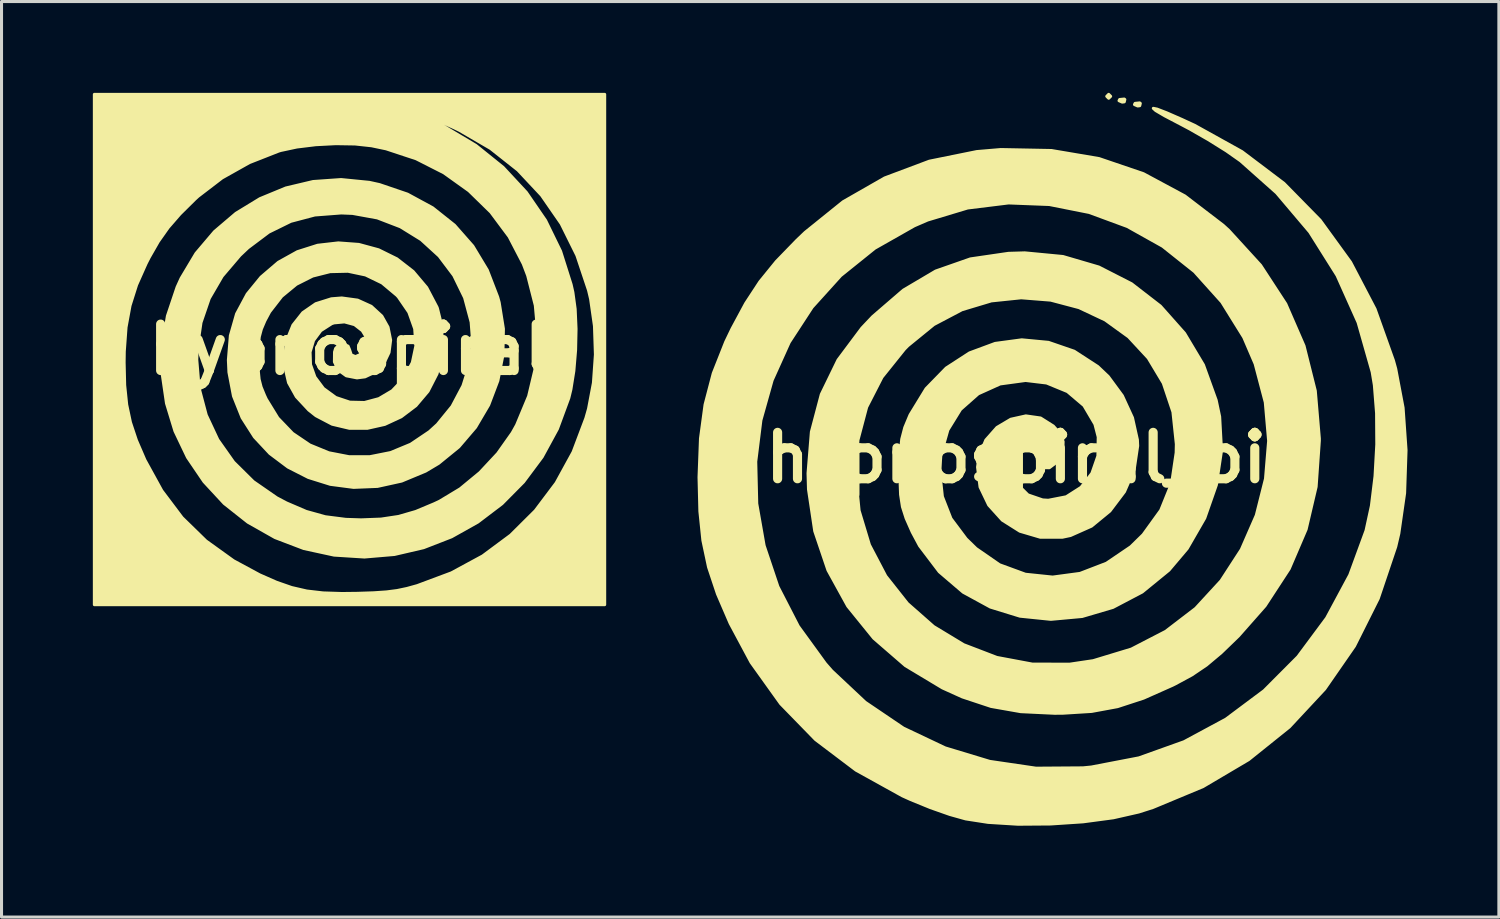
<source format=kicad_pcb>
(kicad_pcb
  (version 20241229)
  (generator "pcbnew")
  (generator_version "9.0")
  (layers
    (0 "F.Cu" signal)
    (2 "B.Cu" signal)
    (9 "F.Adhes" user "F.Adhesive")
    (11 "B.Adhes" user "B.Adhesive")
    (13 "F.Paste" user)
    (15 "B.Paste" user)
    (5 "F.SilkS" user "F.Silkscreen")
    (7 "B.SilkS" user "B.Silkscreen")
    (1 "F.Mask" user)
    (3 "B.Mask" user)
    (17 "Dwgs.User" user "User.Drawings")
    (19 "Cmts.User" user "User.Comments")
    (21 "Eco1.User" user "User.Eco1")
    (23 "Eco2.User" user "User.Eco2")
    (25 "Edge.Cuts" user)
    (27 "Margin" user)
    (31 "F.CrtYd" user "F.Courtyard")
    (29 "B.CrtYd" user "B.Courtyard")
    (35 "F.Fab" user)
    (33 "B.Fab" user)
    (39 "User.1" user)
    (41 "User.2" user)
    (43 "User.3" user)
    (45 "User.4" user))
  (footprint "hypnospiral_big"
    (layer "F.Cu")
    (at 31.022 11.988)
    (property "Reference" "hypnospiral_big" (at 0 0 0) (layer "F.SilkS") (effects (font (size 1.524 1.524) (thickness 0.3))))
    (attr through_hole)
    (fp_poly (pts (xy 2.413 -11.874) (xy 2.349 -11.811) (xy 2.286 -11.874) (xy 2.349 -11.938) (xy 2.413 -11.874)) (stroke (width 0.1) (type solid)) (fill yes) (layer "F.SilkS"))
    (fp_poly (pts (xy 2.879 -11.769) (xy 2.861 -11.693) (xy 2.794 -11.684) (xy 2.689 -11.73) (xy 2.709 -11.769) (xy 2.86 -11.784) (xy 2.879 -11.769)) (stroke (width 0.1) (type solid)) (fill yes) (layer "F.SilkS"))
    (fp_poly (pts (xy 3.387 -11.642) (xy 3.369 -11.566) (xy 3.302 -11.557) (xy 3.197 -11.603) (xy 3.217 -11.642) (xy 3.368 -11.657) (xy 3.387 -11.642)) (stroke (width 0.1) (type solid)) (fill yes) (layer "F.SilkS"))
    (fp_poly (pts (xy 12.117 -0.249) (xy 12.07 1.161) (xy 11.879 2.492) (xy 11.778 2.922) (xy 11.205 4.623) (xy 10.423 6.185) (xy 9.445 7.596) (xy 8.282 8.844) (xy 6.945 9.917) (xy 5.447 10.802) (xy 3.8 11.488) (xy 3.338 11.636) (xy 2.503 11.826) (xy 1.508 11.959) (xy 0.437 12.03) (xy -0.631 12.038) (xy -1.611 11.977) (xy -2.349 11.863) (xy -2.87 11.717) (xy -3.509 11.492) (xy -4.16 11.226) (xy -4.428 11.105) (xy -5.952 10.261) (xy -7.282 9.255) (xy -8.427 8.079) (xy -9.399 6.721) (xy -10.085 5.44) (xy -10.502 4.473) (xy -10.795 3.594) (xy -10.981 2.717) (xy -11.08 1.76) (xy -11.108 0.639) (xy -11.108 0.635) (xy -11.06 -0.635) (xy -10.91 -1.745) (xy -10.64 -2.775) (xy -10.232 -3.805) (xy -10.024 -4.238) (xy -9.575 -5.072) (xy -9.109 -5.783) (xy -8.568 -6.449) (xy -7.891 -7.147) (xy -7.623 -7.403) (xy -6.374 -8.41) (xy -5.01 -9.191) (xy -3.543 -9.742) (xy -1.985 -10.058) (xy -1.196 -10.125) (xy 0.469 -10.093) (xy 2.032 -9.828) (xy 3.491 -9.331) (xy 4.849 -8.601) (xy 6.106 -7.639) (xy 6.29 -7.471) (xy 7.339 -6.323) (xy 8.166 -5.055) (xy 8.766 -3.676) (xy 9.136 -2.199) (xy 9.269 -0.634) (xy 9.269 -0.56) (xy 9.163 0.954) (xy 8.835 2.351) (xy 8.279 3.648) (xy 7.486 4.863) (xy 6.611 5.855) (xy 6.044 6.403) (xy 5.559 6.81) (xy 5.081 7.133) (xy 4.534 7.429) (xy 4.445 7.473) (xy 3.494 7.896) (xy 2.64 8.175) (xy 1.789 8.332) (xy 0.845 8.391) (xy 0.572 8.393) (xy -0.539 8.34) (xy -1.515 8.168) (xy -2.457 7.856) (xy -3.111 7.56) (xy -4.328 6.829) (xy -5.369 5.927) (xy -6.222 4.875) (xy -6.872 3.695) (xy -7.307 2.409) (xy -7.512 1.039) (xy -7.527 0.508) (xy -7.417 -0.851) (xy -7.091 -2.084) (xy -6.542 -3.213) (xy -5.758 -4.262) (xy -5.401 -4.639) (xy -4.394 -5.507) (xy -3.335 -6.133) (xy -2.195 -6.532) (xy -0.944 -6.715) (xy -0.408 -6.731) (xy 0.846 -6.611) (xy 2.023 -6.266) (xy 3.098 -5.717) (xy 4.046 -4.984) (xy 4.842 -4.088) (xy 5.462 -3.05) (xy 5.88 -1.891) (xy 5.994 -1.351) (xy 6.055 -0.235) (xy 5.886 0.893) (xy 5.505 1.982) (xy 4.929 2.981) (xy 4.328 3.692) (xy 3.449 4.41) (xy 2.488 4.915) (xy 1.477 5.213) (xy 0.449 5.307) (xy -0.567 5.203) (xy -1.537 4.904) (xy -2.431 4.416) (xy -3.217 3.744) (xy -3.863 2.892) (xy -4.104 2.442) (xy -4.305 1.988) (xy -4.426 1.61) (xy -4.487 1.21) (xy -4.507 0.69) (xy -4.508 0.445) (xy -4.496 -0.164) (xy -4.449 -0.612) (xy -4.35 -0.992) (xy -4.182 -1.395) (xy -4.172 -1.416) (xy -3.651 -2.268) (xy -2.989 -2.947) (xy -2.221 -3.445) (xy -1.382 -3.756) (xy -0.506 -3.874) (xy 0.371 -3.791) (xy 1.215 -3.5) (xy 1.991 -2.996) (xy 2.335 -2.669) (xy 2.798 -2.039) (xy 3.131 -1.315) (xy 3.292 -0.59) (xy 3.301 -0.39) (xy 3.186 0.385) (xy 2.868 1.114) (xy 2.388 1.75) (xy 1.784 2.246) (xy 1.094 2.553) (xy 0.831 2.609) (xy 0.102 2.61) (xy -0.569 2.412) (xy -1.146 2.048) (xy -1.593 1.553) (xy -1.876 0.962) (xy -1.958 0.308) (xy -1.911 -0.044) (xy -1.687 -0.582) (xy -1.322 -0.995) (xy -0.867 -1.265) (xy -0.372 -1.375) (xy 0.111 -1.306) (xy 0.531 -1.041) (xy 0.629 -0.931) (xy 0.852 -0.535) (xy 0.841 -0.176) (xy 0.655 0.134) (xy 0.399 0.327) (xy 0.162 0.323) (xy 0.016 0.135) (xy 0 0.004) (xy -0.097 -0.187) (xy -0.316 -0.26) (xy -0.552 -0.206) (xy -0.685 -0.053) (xy -0.767 0.456) (xy -0.629 0.895) (xy -0.303 1.22) (xy 0.178 1.385) (xy 0.366 1.397) (xy 0.955 1.282) (xy 1.442 0.971) (xy 1.798 0.509) (xy 1.995 -0.058) (xy 2.006 -0.682) (xy 1.897 -1.103) (xy 1.536 -1.716) (xy 0.995 -2.175) (xy 0.31 -2.457) (xy -0.381 -2.54) (xy -1.218 -2.426) (xy -1.938 -2.101) (xy -2.518 -1.588) (xy -2.934 -0.913) (xy -3.164 -0.099) (xy -3.203 0.445) (xy -3.115 1.274) (xy -2.833 1.997) (xy -2.333 2.665) (xy -2.008 2.982) (xy -1.238 3.515) (xy -0.386 3.827) (xy 0.508 3.92) (xy 1.409 3.799) (xy 2.277 3.465) (xy 3.075 2.924) (xy 3.48 2.527) (xy 4.059 1.725) (xy 4.417 0.84) (xy 4.566 -0.166) (xy 4.572 -0.448) (xy 4.46 -1.505) (xy 4.143 -2.452) (xy 3.648 -3.277) (xy 3.004 -3.972) (xy 2.236 -4.527) (xy 1.374 -4.933) (xy 0.445 -5.179) (xy -0.525 -5.256) (xy -1.506 -5.154) (xy -2.472 -4.864) (xy -3.396 -4.377) (xy -4.248 -3.682) (xy -4.361 -3.567) (xy -5.098 -2.648) (xy -5.602 -1.664) (xy -5.888 -0.582) (xy -5.969 0.518) (xy -5.851 1.733) (xy -5.511 2.862) (xy -4.974 3.887) (xy -4.263 4.787) (xy -3.402 5.545) (xy -2.415 6.142) (xy -1.325 6.56) (xy -0.156 6.779) (xy 1.068 6.781) (xy 1.841 6.666) (xy 3.096 6.285) (xy 4.222 5.703) (xy 5.207 4.948) (xy 6.04 4.043) (xy 6.707 3.015) (xy 7.199 1.889) (xy 7.501 0.69) (xy 7.604 -0.555) (xy 7.494 -1.822) (xy 7.161 -3.085) (xy 6.786 -3.957) (xy 6.065 -5.117) (xy 5.167 -6.117) (xy 4.123 -6.948) (xy 2.962 -7.598) (xy 1.711 -8.059) (xy 0.4 -8.32) (xy -0.941 -8.372) (xy -2.285 -8.206) (xy -3.601 -7.81) (xy -4.039 -7.62) (xy -5.336 -6.884) (xy -6.455 -5.984) (xy -7.393 -4.946) (xy -8.146 -3.792) (xy -8.708 -2.546) (xy -9.077 -1.232) (xy -9.246 0.127) (xy -9.213 1.506) (xy -8.971 2.883) (xy -8.518 4.233) (xy -7.849 5.534) (xy -6.959 6.76) (xy -6.749 7) (xy -5.65 8.032) (xy -4.396 8.881) (xy -3.022 9.532) (xy -1.558 9.975) (xy -0.039 10.198) (xy 1.504 10.187) (xy 1.779 10.16) (xy 3.344 9.859) (xy 4.825 9.329) (xy 6.202 8.587) (xy 7.455 7.651) (xy 8.564 6.538) (xy 9.509 5.265) (xy 10.27 3.849) (xy 10.804 2.391) (xy 10.98 1.579) (xy 11.099 0.606) (xy 11.157 -0.438) (xy 11.15 -1.465) (xy 11.077 -2.387) (xy 11.005 -2.82) (xy 10.543 -4.445) (xy 9.852 -5.988) (xy 8.953 -7.417) (xy 7.865 -8.702) (xy 6.681 -9.755) (xy 6.217 -10.081) (xy 5.621 -10.453) (xy 4.99 -10.813) (xy 4.701 -10.966) (xy 4.186 -11.236) (xy 3.895 -11.407) (xy 3.816 -11.479) (xy 3.94 -11.453) (xy 4.256 -11.331) (xy 4.754 -11.113) (xy 5.17 -10.921) (xy 6.728 -10.056) (xy 8.105 -9.015) (xy 9.295 -7.803) (xy 10.295 -6.425) (xy 11.099 -4.887) (xy 11.703 -3.195) (xy 11.778 -2.922) (xy 12.02 -1.642) (xy 12.117 -0.249)) (stroke (width 0.1) (type solid)) (fill yes) (layer "F.SilkS")))
  (footprint "hypnospiral"
    (layer "F.Cu")
    (at 8.432 8.432)
    (property "Reference" "hypnospiral" (at 0 0 0) (layer "F.SilkS") (effects (font (size 1.524 1.524) (thickness 0.3))))
    (attr through_hole)
    (fp_poly (pts (xy 8.382 8.382) (xy 8.078 8.382) (xy 8.078 0.166) (xy 8.047 -0.774) (xy 7.92 -1.661) (xy 7.852 -1.948) (xy 7.47 -3.092) (xy 6.954 -4.133) (xy 6.307 -5.068) (xy 5.533 -5.894) (xy 4.634 -6.605) (xy 3.613 -7.2) (xy 3.446 -7.281) (xy 3.039 -7.467) (xy 2.749 -7.59) (xy 2.583 -7.649) (xy 2.547 -7.643) (xy 2.648 -7.572) (xy 2.894 -7.435) (xy 3.134 -7.31) (xy 4.149 -6.705) (xy 5.042 -5.986) (xy 5.808 -5.162) (xy 6.44 -4.241) (xy 6.933 -3.23) (xy 7.279 -2.137) (xy 7.337 -1.88) (xy 7.412 -1.33) (xy 7.441 -0.677) (xy 7.426 0.02) (xy 7.369 0.702) (xy 7.272 1.31) (xy 7.203 1.594) (xy 6.829 2.608) (xy 6.328 3.529) (xy 5.716 4.35) (xy 5.007 5.066) (xy 4.213 5.669) (xy 3.351 6.152) (xy 2.433 6.509) (xy 1.475 6.732) (xy 0.49 6.816) (xy -0.507 6.753) (xy -1.502 6.537) (xy -2.446 6.177) (xy -3.337 5.673) (xy -4.118 5.055) (xy -4.781 4.339) (xy -5.322 3.542) (xy -5.734 2.68) (xy -6.012 1.768) (xy -6.15 0.823) (xy -6.142 -0.139) (xy -5.982 -1.102) (xy -5.664 -2.049) (xy -5.531 -2.341) (xy -5.043 -3.158) (xy -4.437 -3.872) (xy -3.73 -4.474) (xy -2.942 -4.955) (xy -2.092 -5.306) (xy -1.197 -5.518) (xy -0.277 -5.583) (xy 0.651 -5.491) (xy 0.981 -5.418) (xy 1.903 -5.104) (xy 2.728 -4.656) (xy 3.447 -4.084) (xy 4.05 -3.399) (xy 4.526 -2.609) (xy 4.867 -1.724) (xy 4.916 -1.545) (xy 5.055 -0.679) (xy 5.038 0.185) (xy 4.873 1.025) (xy 4.571 1.822) (xy 4.14 2.554) (xy 3.588 3.2) (xy 2.926 3.739) (xy 2.498 3.994) (xy 1.712 4.321) (xy 0.918 4.496) (xy 0.132 4.528) (xy -0.631 4.428) (xy -1.353 4.202) (xy -2.021 3.862) (xy -2.616 3.415) (xy -3.124 2.872) (xy -3.528 2.239) (xy -3.812 1.528) (xy -3.961 0.746) (xy -3.979 0.345) (xy -3.914 -0.456) (xy -3.71 -1.171) (xy -3.361 -1.822) (xy -2.907 -2.378) (xy -2.338 -2.865) (xy -1.712 -3.213) (xy -1.049 -3.424) (xy -0.369 -3.502) (xy 0.305 -3.452) (xy 0.953 -3.276) (xy 1.555 -2.979) (xy 2.089 -2.564) (xy 2.535 -2.035) (xy 2.871 -1.395) (xy 2.888 -1.351) (xy 3.013 -0.846) (xy 3.05 -0.267) (xy 2.999 0.315) (xy 2.874 0.797) (xy 2.58 1.371) (xy 2.18 1.844) (xy 1.697 2.209) (xy 1.157 2.459) (xy 0.583 2.588) (xy -0.001 2.588) (xy -0.571 2.453) (xy -1.102 2.175) (xy -1.338 1.988) (xy -1.747 1.549) (xy -2.003 1.089) (xy -2.122 0.574) (xy -2.135 0.296) (xy -2.064 -0.294) (xy -1.859 -0.801) (xy -1.535 -1.21) (xy -1.11 -1.504) (xy -0.596 -1.666) (xy -0.254 -1.693) (xy 0.266 -1.622) (xy 0.713 -1.419) (xy 1.06 -1.1) (xy 1.265 -0.735) (xy 1.35 -0.31) (xy 1.298 0.096) (xy 1.128 0.454) (xy 0.859 0.731) (xy 0.509 0.897) (xy 0.244 0.931) (xy -0.106 0.863) (xy -0.36 0.679) (xy -0.496 0.408) (xy -0.492 0.081) (xy -0.457 -0.035) (xy -0.347 -0.148) (xy -0.187 -0.172) (xy -0.048 -0.111) (xy 0 0.003) (xy 0.057 0.177) (xy 0.195 0.233) (xy 0.366 0.16) (xy 0.437 0.089) (xy 0.573 -0.158) (xy 0.554 -0.399) (xy 0.42 -0.62) (xy 0.166 -0.818) (xy -0.166 -0.908) (xy -0.51 -0.876) (xy -0.586 -0.85) (xy -0.943 -0.621) (xy -1.181 -0.299) (xy -1.296 0.083) (xy -1.282 0.494) (xy -1.137 0.904) (xy -0.857 1.28) (xy -0.45 1.577) (xy 0.009 1.73) (xy 0.49 1.741) (xy 0.965 1.614) (xy 1.404 1.354) (xy 1.778 0.963) (xy 1.789 0.947) (xy 2.064 0.428) (xy 2.18 -0.122) (xy 2.142 -0.681) (xy 1.949 -1.224) (xy 1.606 -1.725) (xy 1.557 -1.779) (xy 1.07 -2.187) (xy 0.527 -2.45) (xy -0.05 -2.572) (xy -0.637 -2.559) (xy -1.211 -2.414) (xy -1.749 -2.143) (xy -2.228 -1.748) (xy -2.625 -1.236) (xy -2.781 -0.944) (xy -2.896 -0.673) (xy -2.964 -0.42) (xy -2.997 -0.125) (xy -3.006 0.275) (xy -3.006 0.296) (xy -2.999 0.69) (xy -2.97 0.979) (xy -2.906 1.229) (xy -2.793 1.505) (xy -2.736 1.628) (xy -2.355 2.25) (xy -1.871 2.754) (xy -1.306 3.136) (xy -0.68 3.393) (xy -0.014 3.522) (xy 0.67 3.521) (xy 1.352 3.385) (xy 2.011 3.112) (xy 2.624 2.699) (xy 2.885 2.461) (xy 3.368 1.868) (xy 3.728 1.188) (xy 3.957 0.455) (xy 4.041 -0.298) (xy 3.996 -0.9) (xy 3.781 -1.704) (xy 3.425 -2.433) (xy 2.943 -3.073) (xy 2.354 -3.611) (xy 1.672 -4.033) (xy 0.915 -4.324) (xy 0.1 -4.472) (xy -0.272 -4.487) (xy -1.142 -4.42) (xy -1.929 -4.212) (xy -2.654 -3.856) (xy -3.337 -3.343) (xy -3.601 -3.093) (xy -4.183 -2.41) (xy -4.608 -1.679) (xy -4.88 -0.885) (xy -5.007 -0.013) (xy -5.018 0.339) (xy -4.941 1.27) (xy -4.708 2.15) (xy -4.327 2.964) (xy -3.808 3.699) (xy -3.16 4.34) (xy -2.392 4.872) (xy -2.074 5.04) (xy -1.424 5.319) (xy -0.796 5.494) (xy -0.123 5.58) (xy 0.381 5.596) (xy 1.037 5.571) (xy 1.614 5.484) (xy 2.177 5.321) (xy 2.788 5.065) (xy 2.963 4.982) (xy 3.636 4.576) (xy 4.284 4.041) (xy 4.867 3.416) (xy 5.345 2.74) (xy 5.49 2.48) (xy 5.884 1.534) (xy 6.118 0.552) (xy 6.192 -0.449) (xy 6.104 -1.448) (xy 5.854 -2.429) (xy 5.707 -2.816) (xy 5.243 -3.709) (xy 4.644 -4.513) (xy 3.925 -5.215) (xy 3.102 -5.804) (xy 2.271 -6.226) (xy 2.271 -7.736) (xy 2.258 -7.761) (xy 2.157 -7.771) (xy 2.145 -7.761) (xy 2.157 -7.711) (xy 2.201 -7.705) (xy 2.271 -7.736) (xy 2.271 -6.226) (xy 2.19 -6.267) (xy 1.932 -6.352) (xy 1.932 -7.82) (xy 1.919 -7.846) (xy 1.819 -7.856) (xy 1.806 -7.846) (xy 1.818 -7.795) (xy 1.863 -7.789) (xy 1.932 -7.82) (xy 1.932 -6.352) (xy 1.609 -6.459) (xy 1.609 -7.916) (xy 1.566 -7.959) (xy 1.524 -7.916) (xy 1.566 -7.874) (xy 1.609 -7.916) (xy 1.609 -6.459) (xy 1.204 -6.593) (xy 0.723 -6.694) (xy 0.179 -6.753) (xy -0.452 -6.763) (xy -1.109 -6.729) (xy -1.731 -6.653) (xy -2.258 -6.54) (xy -2.328 -6.519) (xy -3.29 -6.141) (xy -4.186 -5.638) (xy -4.975 -5.034) (xy -5.082 -4.936) (xy -5.572 -4.451) (xy -5.959 -4.005) (xy -6.282 -3.547) (xy -6.581 -3.025) (xy -6.683 -2.825) (xy -6.996 -2.123) (xy -7.211 -1.443) (xy -7.342 -0.731) (xy -7.4 0.067) (xy -7.405 0.423) (xy -7.387 1.171) (xy -7.321 1.81) (xy -7.197 2.394) (xy -7.002 2.98) (xy -6.724 3.624) (xy -6.723 3.627) (xy -6.167 4.638) (xy -5.501 5.523) (xy -4.717 6.288) (xy -3.81 6.94) (xy -2.952 7.403) (xy -2.4 7.646) (xy -1.9 7.82) (xy -1.405 7.934) (xy -0.869 7.996) (xy -0.244 8.016) (xy 0.254 8.01) (xy 0.796 7.992) (xy 1.217 7.963) (xy 1.565 7.918) (xy 1.889 7.85) (xy 2.225 7.757) (xy 3.349 7.337) (xy 4.375 6.781) (xy 5.295 6.098) (xy 6.102 5.296) (xy 6.788 4.384) (xy 7.345 3.368) (xy 7.764 2.258) (xy 7.852 1.948) (xy 8.013 1.095) (xy 8.078 0.166) (xy 8.078 8.382) (xy 0 8.382) (xy -8.382 8.382) (xy -8.382 0) (xy -8.382 -8.382) (xy 0 -8.382) (xy 8.382 -8.382) (xy 8.382 0) (xy 8.382 8.382)) (stroke (width 0.1) (type solid)) (fill yes) (layer "F.SilkS")))
  (gr_rect
    (start -3 -3)
    (end 46.189 27.076)
    (stroke (width 0.1) (type default))
    (fill no)
    (layer "Edge.Cuts")))
</source>
